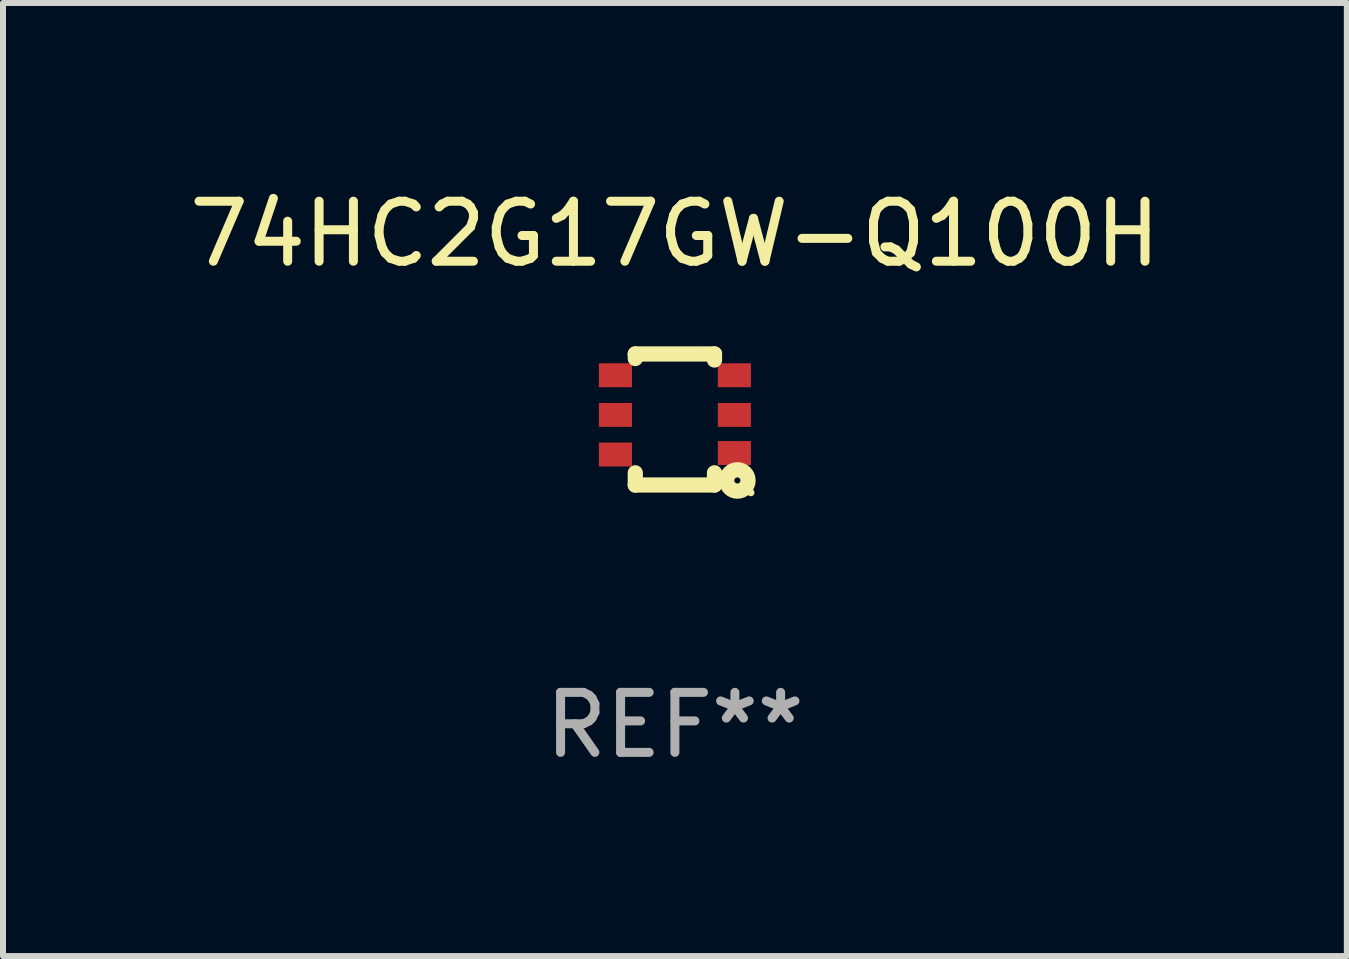
<source format=kicad_pcb>
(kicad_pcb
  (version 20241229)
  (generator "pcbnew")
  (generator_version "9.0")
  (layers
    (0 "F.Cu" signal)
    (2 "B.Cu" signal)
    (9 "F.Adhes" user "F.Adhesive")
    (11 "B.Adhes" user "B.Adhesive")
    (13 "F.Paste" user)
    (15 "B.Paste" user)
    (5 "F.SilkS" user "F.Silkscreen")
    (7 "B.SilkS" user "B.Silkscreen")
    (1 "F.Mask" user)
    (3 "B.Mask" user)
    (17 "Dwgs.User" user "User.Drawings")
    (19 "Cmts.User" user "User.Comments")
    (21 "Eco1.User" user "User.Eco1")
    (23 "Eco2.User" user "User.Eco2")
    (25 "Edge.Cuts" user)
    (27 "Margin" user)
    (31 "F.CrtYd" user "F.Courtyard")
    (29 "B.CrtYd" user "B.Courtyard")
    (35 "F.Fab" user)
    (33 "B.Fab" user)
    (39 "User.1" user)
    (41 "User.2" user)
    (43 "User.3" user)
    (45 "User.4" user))
  (footprint "74HC2G17GW-Q100H"
    (layer "F.Cu")
    (at 8.196 3.94)
    (property "Reference" "74HC2G17GW-Q100H" (at 0 -3.092 0) (layer "F.SilkS") (effects (font (size 1 1) (thickness 0.15))))
    (attr through_hole)
    (fp_line (start -0.66 -1.092) (end -0.66 -1.016) (stroke (width 0.254) (type solid)) (layer "F.SilkS"))
    (fp_line (start -0.66 1.092) (end -0.66 0.889) (stroke (width 0.254) (type solid)) (layer "F.SilkS"))
    (fp_line (start 0.66 -1.092) (end -0.66 -1.092) (stroke (width 0.254) (type solid)) (layer "F.SilkS"))
    (fp_line (start 0.66 -0.991) (end 0.66 -1.092) (stroke (width 0.254) (type solid)) (layer "F.SilkS"))
    (fp_line (start 0.66 0.889) (end 0.66 1.092) (stroke (width 0.254) (type solid)) (layer "F.SilkS"))
    (fp_line (start 0.66 1.092) (end -0.66 1.092) (stroke (width 0.254) (type solid)) (layer "F.SilkS"))
    (fp_circle (center 1.041 1.016) (end 1.092 1.016) (stroke (width 0.254) (type solid)) (fill no) (layer "F.SilkS"))
    (fp_circle (center 1.266 1.219) (end 1.296 1.219) (stroke (width 0.06) (type solid)) (fill no) (layer "F.SilkS"))
    (fp_text user "REF**" (at 0 5.092 0) (layer "F.Fab") (effects (font (size 1 1) (thickness 0.15))))
    (pad "1" smd rect (at 0.991 0.559 270) (size 0.399 0.551) (layers "F.Cu" "F.Mask" "F.Paste"))
    (pad "2" smd rect (at 0.991 -0.076 270) (size 0.399 0.551) (layers "F.Cu" "F.Mask" "F.Paste"))
    (pad "3" smd rect (at 0.991 -0.737 270) (size 0.399 0.551) (layers "F.Cu" "F.Mask" "F.Paste"))
    (pad "4" smd rect (at -0.991 -0.737 270) (size 0.399 0.551) (layers "F.Cu" "F.Mask" "F.Paste"))
    (pad "5" smd rect (at -0.991 -0.076 270) (size 0.399 0.551) (layers "F.Cu" "F.Mask" "F.Paste"))
    (pad "6" smd rect (at -0.991 0.584 270) (size 0.399 0.551) (layers "F.Cu" "F.Mask" "F.Paste")))
  (gr_rect
    (start -3 -3)
    (end 19.393 12.881)
    (stroke (width 0.1) (type default))
    (fill no)
    (layer "Edge.Cuts")))
</source>
